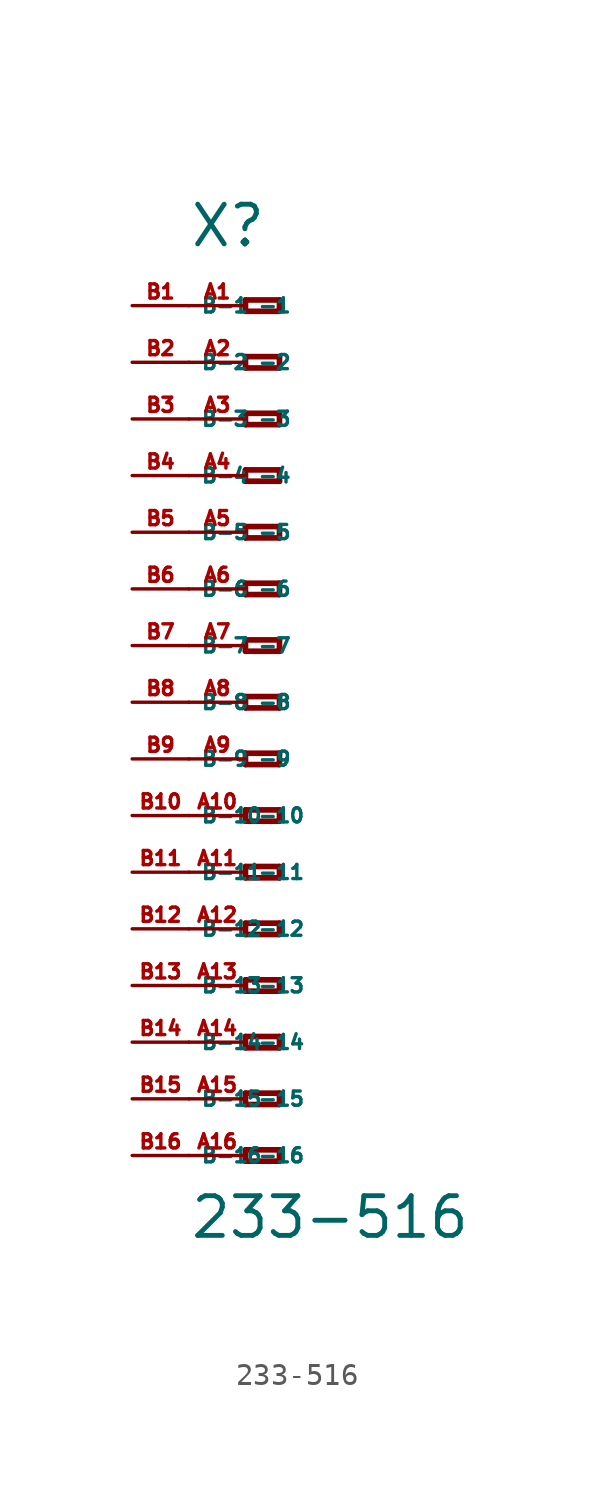
<source format=kicad_sym>
(kicad_symbol_lib
  (version 20220914)
  (generator Eagle2Kicad)
  (symbol "233-516"
    (property "Reference" "X"
      (at -5.08 20.32 0)
      (effects (font (size 1.778 1.778) (thickness 0.22)) (justify left bottom)))
    (property "Value" "233-516"
      (at -5.08 -24.13 0)
      (effects (font (size 1.778 1.778) (thickness 0.22)) (justify left bottom)))
    (polyline
      (pts (xy -2.54 18.034) (xy -2.54 17.526))
      (stroke (width 0.254) (type default))
      (fill (type none)))
    (polyline
      (pts (xy -2.54 17.526) (xy -1.016 17.526))
      (stroke (width 0.254) (type default))
      (fill (type none)))
    (polyline
      (pts (xy -1.016 17.526) (xy -1.016 18.034))
      (stroke (width 0.254) (type default))
      (fill (type none)))
    (polyline
      (pts (xy -1.016 18.034) (xy -2.54 18.034))
      (stroke (width 0.254) (type default))
      (fill (type none)))
    (polyline
      (pts (xy -2.54 15.494) (xy -2.54 14.986))
      (stroke (width 0.254) (type default))
      (fill (type none)))
    (polyline
      (pts (xy -2.54 14.986) (xy -1.016 14.986))
      (stroke (width 0.254) (type default))
      (fill (type none)))
    (polyline
      (pts (xy -1.016 14.986) (xy -1.016 15.494))
      (stroke (width 0.254) (type default))
      (fill (type none)))
    (polyline
      (pts (xy -1.016 15.494) (xy -2.54 15.494))
      (stroke (width 0.254) (type default))
      (fill (type none)))
    (polyline
      (pts (xy -2.54 12.954) (xy -2.54 12.446))
      (stroke (width 0.254) (type default))
      (fill (type none)))
    (polyline
      (pts (xy -2.54 12.446) (xy -1.016 12.446))
      (stroke (width 0.254) (type default))
      (fill (type none)))
    (polyline
      (pts (xy -1.016 12.446) (xy -1.016 12.954))
      (stroke (width 0.254) (type default))
      (fill (type none)))
    (polyline
      (pts (xy -1.016 12.954) (xy -2.54 12.954))
      (stroke (width 0.254) (type default))
      (fill (type none)))
    (polyline
      (pts (xy -2.54 10.414) (xy -2.54 9.906))
      (stroke (width 0.254) (type default))
      (fill (type none)))
    (polyline
      (pts (xy -2.54 9.906) (xy -1.016 9.906))
      (stroke (width 0.254) (type default))
      (fill (type none)))
    (polyline
      (pts (xy -1.016 9.906) (xy -1.016 10.414))
      (stroke (width 0.254) (type default))
      (fill (type none)))
    (polyline
      (pts (xy -1.016 10.414) (xy -2.54 10.414))
      (stroke (width 0.254) (type default))
      (fill (type none)))
    (polyline
      (pts (xy -2.54 7.874) (xy -2.54 7.366))
      (stroke (width 0.254) (type default))
      (fill (type none)))
    (polyline
      (pts (xy -2.54 7.366) (xy -1.016 7.366))
      (stroke (width 0.254) (type default))
      (fill (type none)))
    (polyline
      (pts (xy -1.016 7.366) (xy -1.016 7.874))
      (stroke (width 0.254) (type default))
      (fill (type none)))
    (polyline
      (pts (xy -1.016 7.874) (xy -2.54 7.874))
      (stroke (width 0.254) (type default))
      (fill (type none)))
    (polyline
      (pts (xy -2.54 5.334) (xy -2.54 4.826))
      (stroke (width 0.254) (type default))
      (fill (type none)))
    (polyline
      (pts (xy -2.54 4.826) (xy -1.016 4.826))
      (stroke (width 0.254) (type default))
      (fill (type none)))
    (polyline
      (pts (xy -1.016 4.826) (xy -1.016 5.334))
      (stroke (width 0.254) (type default))
      (fill (type none)))
    (polyline
      (pts (xy -1.016 5.334) (xy -2.54 5.334))
      (stroke (width 0.254) (type default))
      (fill (type none)))
    (polyline
      (pts (xy -2.54 2.794) (xy -2.54 2.286))
      (stroke (width 0.254) (type default))
      (fill (type none)))
    (polyline
      (pts (xy -2.54 2.286) (xy -1.016 2.286))
      (stroke (width 0.254) (type default))
      (fill (type none)))
    (polyline
      (pts (xy -1.016 2.286) (xy -1.016 2.794))
      (stroke (width 0.254) (type default))
      (fill (type none)))
    (polyline
      (pts (xy -1.016 2.794) (xy -2.54 2.794))
      (stroke (width 0.254) (type default))
      (fill (type none)))
    (polyline
      (pts (xy -2.54 0.254) (xy -2.54 -0.254))
      (stroke (width 0.254) (type default))
      (fill (type none)))
    (polyline
      (pts (xy -2.54 -0.254) (xy -1.016 -0.254))
      (stroke (width 0.254) (type default))
      (fill (type none)))
    (polyline
      (pts (xy -1.016 -0.254) (xy -1.016 0.254))
      (stroke (width 0.254) (type default))
      (fill (type none)))
    (polyline
      (pts (xy -1.016 0.254) (xy -2.54 0.254))
      (stroke (width 0.254) (type default))
      (fill (type none)))
    (polyline
      (pts (xy -2.54 -2.286) (xy -2.54 -2.794))
      (stroke (width 0.254) (type default))
      (fill (type none)))
    (polyline
      (pts (xy -2.54 -2.794) (xy -1.016 -2.794))
      (stroke (width 0.254) (type default))
      (fill (type none)))
    (polyline
      (pts (xy -1.016 -2.794) (xy -1.016 -2.286))
      (stroke (width 0.254) (type default))
      (fill (type none)))
    (polyline
      (pts (xy -1.016 -2.286) (xy -2.54 -2.286))
      (stroke (width 0.254) (type default))
      (fill (type none)))
    (polyline
      (pts (xy -2.54 -4.826) (xy -2.54 -5.334))
      (stroke (width 0.254) (type default))
      (fill (type none)))
    (polyline
      (pts (xy -2.54 -5.334) (xy -1.016 -5.334))
      (stroke (width 0.254) (type default))
      (fill (type none)))
    (polyline
      (pts (xy -1.016 -5.334) (xy -1.016 -4.826))
      (stroke (width 0.254) (type default))
      (fill (type none)))
    (polyline
      (pts (xy -1.016 -4.826) (xy -2.54 -4.826))
      (stroke (width 0.254) (type default))
      (fill (type none)))
    (polyline
      (pts (xy -2.54 -7.366) (xy -2.54 -7.874))
      (stroke (width 0.254) (type default))
      (fill (type none)))
    (polyline
      (pts (xy -2.54 -7.874) (xy -1.016 -7.874))
      (stroke (width 0.254) (type default))
      (fill (type none)))
    (polyline
      (pts (xy -1.016 -7.874) (xy -1.016 -7.366))
      (stroke (width 0.254) (type default))
      (fill (type none)))
    (polyline
      (pts (xy -1.016 -7.366) (xy -2.54 -7.366))
      (stroke (width 0.254) (type default))
      (fill (type none)))
    (polyline
      (pts (xy -2.54 -9.906) (xy -2.54 -10.414))
      (stroke (width 0.254) (type default))
      (fill (type none)))
    (polyline
      (pts (xy -2.54 -10.414) (xy -1.016 -10.414))
      (stroke (width 0.254) (type default))
      (fill (type none)))
    (polyline
      (pts (xy -1.016 -10.414) (xy -1.016 -9.906))
      (stroke (width 0.254) (type default))
      (fill (type none)))
    (polyline
      (pts (xy -1.016 -9.906) (xy -2.54 -9.906))
      (stroke (width 0.254) (type default))
      (fill (type none)))
    (polyline
      (pts (xy -2.54 -12.446) (xy -2.54 -12.954))
      (stroke (width 0.254) (type default))
      (fill (type none)))
    (polyline
      (pts (xy -2.54 -12.954) (xy -1.016 -12.954))
      (stroke (width 0.254) (type default))
      (fill (type none)))
    (polyline
      (pts (xy -1.016 -12.954) (xy -1.016 -12.446))
      (stroke (width 0.254) (type default))
      (fill (type none)))
    (polyline
      (pts (xy -1.016 -12.446) (xy -2.54 -12.446))
      (stroke (width 0.254) (type default))
      (fill (type none)))
    (polyline
      (pts (xy -2.54 -14.986) (xy -2.54 -15.494))
      (stroke (width 0.254) (type default))
      (fill (type none)))
    (polyline
      (pts (xy -2.54 -15.494) (xy -1.016 -15.494))
      (stroke (width 0.254) (type default))
      (fill (type none)))
    (polyline
      (pts (xy -1.016 -15.494) (xy -1.016 -14.986))
      (stroke (width 0.254) (type default))
      (fill (type none)))
    (polyline
      (pts (xy -1.016 -14.986) (xy -2.54 -14.986))
      (stroke (width 0.254) (type default))
      (fill (type none)))
    (polyline
      (pts (xy -2.54 -17.526) (xy -2.54 -18.034))
      (stroke (width 0.254) (type default))
      (fill (type none)))
    (polyline
      (pts (xy -2.54 -18.034) (xy -1.016 -18.034))
      (stroke (width 0.254) (type default))
      (fill (type none)))
    (polyline
      (pts (xy -1.016 -18.034) (xy -1.016 -17.526))
      (stroke (width 0.254) (type default))
      (fill (type none)))
    (polyline
      (pts (xy -1.016 -17.526) (xy -2.54 -17.526))
      (stroke (width 0.254) (type default))
      (fill (type none)))
    (polyline
      (pts (xy -2.54 -20.066) (xy -2.54 -20.574))
      (stroke (width 0.254) (type default))
      (fill (type none)))
    (polyline
      (pts (xy -2.54 -20.574) (xy -1.016 -20.574))
      (stroke (width 0.254) (type default))
      (fill (type none)))
    (polyline
      (pts (xy -1.016 -20.574) (xy -1.016 -20.066))
      (stroke (width 0.254) (type default))
      (fill (type none)))
    (polyline
      (pts (xy -1.016 -20.066) (xy -2.54 -20.066))
      (stroke (width 0.254) (type default))
      (fill (type none)))
    (pin passive line
      (at -5.08 17.78 0)
      (length 2.54)
      (name "-1" (effects (font (size 0.635 0.635) (thickness 0.08)) (justify left bottom)))
      (number "A1" (effects (font (size 0.635 0.635) (thickness 0.08)) (justify left bottom))))
    (pin passive line
      (at -5.08 15.24 0)
      (length 2.54)
      (name "-2" (effects (font (size 0.635 0.635) (thickness 0.08)) (justify left bottom)))
      (number "A2" (effects (font (size 0.635 0.635) (thickness 0.08)) (justify left bottom))))
    (pin passive line
      (at -5.08 12.7 0)
      (length 2.54)
      (name "-3" (effects (font (size 0.635 0.635) (thickness 0.08)) (justify left bottom)))
      (number "A3" (effects (font (size 0.635 0.635) (thickness 0.08)) (justify left bottom))))
    (pin passive line
      (at -5.08 10.16 0)
      (length 2.54)
      (name "-4" (effects (font (size 0.635 0.635) (thickness 0.08)) (justify left bottom)))
      (number "A4" (effects (font (size 0.635 0.635) (thickness 0.08)) (justify left bottom))))
    (pin passive line
      (at -5.08 7.62 0)
      (length 2.54)
      (name "-5" (effects (font (size 0.635 0.635) (thickness 0.08)) (justify left bottom)))
      (number "A5" (effects (font (size 0.635 0.635) (thickness 0.08)) (justify left bottom))))
    (pin passive line
      (at -5.08 5.08 0)
      (length 2.54)
      (name "-6" (effects (font (size 0.635 0.635) (thickness 0.08)) (justify left bottom)))
      (number "A6" (effects (font (size 0.635 0.635) (thickness 0.08)) (justify left bottom))))
    (pin passive line
      (at -5.08 2.54 0)
      (length 2.54)
      (name "-7" (effects (font (size 0.635 0.635) (thickness 0.08)) (justify left bottom)))
      (number "A7" (effects (font (size 0.635 0.635) (thickness 0.08)) (justify left bottom))))
    (pin passive line
      (at -5.08 0 0)
      (length 2.54)
      (name "-8" (effects (font (size 0.635 0.635) (thickness 0.08)) (justify left bottom)))
      (number "A8" (effects (font (size 0.635 0.635) (thickness 0.08)) (justify left bottom))))
    (pin passive line
      (at -5.08 -2.54 0)
      (length 2.54)
      (name "-9" (effects (font (size 0.635 0.635) (thickness 0.08)) (justify left bottom)))
      (number "A9" (effects (font (size 0.635 0.635) (thickness 0.08)) (justify left bottom))))
    (pin passive line
      (at -5.08 -5.08 0)
      (length 2.54)
      (name "-10" (effects (font (size 0.635 0.635) (thickness 0.08)) (justify left bottom)))
      (number "A10" (effects (font (size 0.635 0.635) (thickness 0.08)) (justify left bottom))))
    (pin passive line
      (at -5.08 -7.62 0)
      (length 2.54)
      (name "-11" (effects (font (size 0.635 0.635) (thickness 0.08)) (justify left bottom)))
      (number "A11" (effects (font (size 0.635 0.635) (thickness 0.08)) (justify left bottom))))
    (pin passive line
      (at -5.08 -10.16 0)
      (length 2.54)
      (name "-12" (effects (font (size 0.635 0.635) (thickness 0.08)) (justify left bottom)))
      (number "A12" (effects (font (size 0.635 0.635) (thickness 0.08)) (justify left bottom))))
    (pin passive line
      (at -5.08 -12.7 0)
      (length 2.54)
      (name "-13" (effects (font (size 0.635 0.635) (thickness 0.08)) (justify left bottom)))
      (number "A13" (effects (font (size 0.635 0.635) (thickness 0.08)) (justify left bottom))))
    (pin passive line
      (at -5.08 -15.24 0)
      (length 2.54)
      (name "-14" (effects (font (size 0.635 0.635) (thickness 0.08)) (justify left bottom)))
      (number "A14" (effects (font (size 0.635 0.635) (thickness 0.08)) (justify left bottom))))
    (pin passive line
      (at -5.08 -17.78 0)
      (length 2.54)
      (name "-15" (effects (font (size 0.635 0.635) (thickness 0.08)) (justify left bottom)))
      (number "A15" (effects (font (size 0.635 0.635) (thickness 0.08)) (justify left bottom))))
    (pin passive line
      (at -5.08 -20.32 0)
      (length 2.54)
      (name "-16" (effects (font (size 0.635 0.635) (thickness 0.08)) (justify left bottom)))
      (number "A16" (effects (font (size 0.635 0.635) (thickness 0.08)) (justify left bottom))))
    (pin passive line
      (at -7.62 -20.32 0)
      (length 2.54)
      (name "B-16" (effects (font (size 0.635 0.635) (thickness 0.08)) (justify left bottom)))
      (number "B16" (effects (font (size 0.635 0.635) (thickness 0.08)) (justify left bottom))))
    (pin passive line
      (at -7.62 17.78 0)
      (length 2.54)
      (name "B-1" (effects (font (size 0.635 0.635) (thickness 0.08)) (justify left bottom)))
      (number "B1" (effects (font (size 0.635 0.635) (thickness 0.08)) (justify left bottom))))
    (pin passive line
      (at -7.62 15.24 0)
      (length 2.54)
      (name "B-2" (effects (font (size 0.635 0.635) (thickness 0.08)) (justify left bottom)))
      (number "B2" (effects (font (size 0.635 0.635) (thickness 0.08)) (justify left bottom))))
    (pin passive line
      (at -7.62 12.7 0)
      (length 2.54)
      (name "B-3" (effects (font (size 0.635 0.635) (thickness 0.08)) (justify left bottom)))
      (number "B3" (effects (font (size 0.635 0.635) (thickness 0.08)) (justify left bottom))))
    (pin passive line
      (at -7.62 10.16 0)
      (length 2.54)
      (name "B-4" (effects (font (size 0.635 0.635) (thickness 0.08)) (justify left bottom)))
      (number "B4" (effects (font (size 0.635 0.635) (thickness 0.08)) (justify left bottom))))
    (pin passive line
      (at -7.62 7.62 0)
      (length 2.54)
      (name "B-5" (effects (font (size 0.635 0.635) (thickness 0.08)) (justify left bottom)))
      (number "B5" (effects (font (size 0.635 0.635) (thickness 0.08)) (justify left bottom))))
    (pin passive line
      (at -7.62 5.08 0)
      (length 2.54)
      (name "B-6" (effects (font (size 0.635 0.635) (thickness 0.08)) (justify left bottom)))
      (number "B6" (effects (font (size 0.635 0.635) (thickness 0.08)) (justify left bottom))))
    (pin passive line
      (at -7.62 2.54 0)
      (length 2.54)
      (name "B-7" (effects (font (size 0.635 0.635) (thickness 0.08)) (justify left bottom)))
      (number "B7" (effects (font (size 0.635 0.635) (thickness 0.08)) (justify left bottom))))
    (pin passive line
      (at -7.62 0 0)
      (length 2.54)
      (name "B-8" (effects (font (size 0.635 0.635) (thickness 0.08)) (justify left bottom)))
      (number "B8" (effects (font (size 0.635 0.635) (thickness 0.08)) (justify left bottom))))
    (pin passive line
      (at -7.62 -2.54 0)
      (length 2.54)
      (name "B-9" (effects (font (size 0.635 0.635) (thickness 0.08)) (justify left bottom)))
      (number "B9" (effects (font (size 0.635 0.635) (thickness 0.08)) (justify left bottom))))
    (pin passive line
      (at -7.62 -5.08 0)
      (length 2.54)
      (name "B-10" (effects (font (size 0.635 0.635) (thickness 0.08)) (justify left bottom)))
      (number "B10" (effects (font (size 0.635 0.635) (thickness 0.08)) (justify left bottom))))
    (pin passive line
      (at -7.62 -7.62 0)
      (length 2.54)
      (name "B-11" (effects (font (size 0.635 0.635) (thickness 0.08)) (justify left bottom)))
      (number "B11" (effects (font (size 0.635 0.635) (thickness 0.08)) (justify left bottom))))
    (pin passive line
      (at -7.62 -10.16 0)
      (length 2.54)
      (name "B-12" (effects (font (size 0.635 0.635) (thickness 0.08)) (justify left bottom)))
      (number "B12" (effects (font (size 0.635 0.635) (thickness 0.08)) (justify left bottom))))
    (pin passive line
      (at -7.62 -12.7 0)
      (length 2.54)
      (name "B-13" (effects (font (size 0.635 0.635) (thickness 0.08)) (justify left bottom)))
      (number "B13" (effects (font (size 0.635 0.635) (thickness 0.08)) (justify left bottom))))
    (pin passive line
      (at -7.62 -15.24 0)
      (length 2.54)
      (name "B-14" (effects (font (size 0.635 0.635) (thickness 0.08)) (justify left bottom)))
      (number "B14" (effects (font (size 0.635 0.635) (thickness 0.08)) (justify left bottom))))
    (pin passive line
      (at -7.62 -17.78 0)
      (length 2.54)
      (name "B-15" (effects (font (size 0.635 0.635) (thickness 0.08)) (justify left bottom)))
      (number "B15" (effects (font (size 0.635 0.635) (thickness 0.08)) (justify left bottom))))))
</source>
